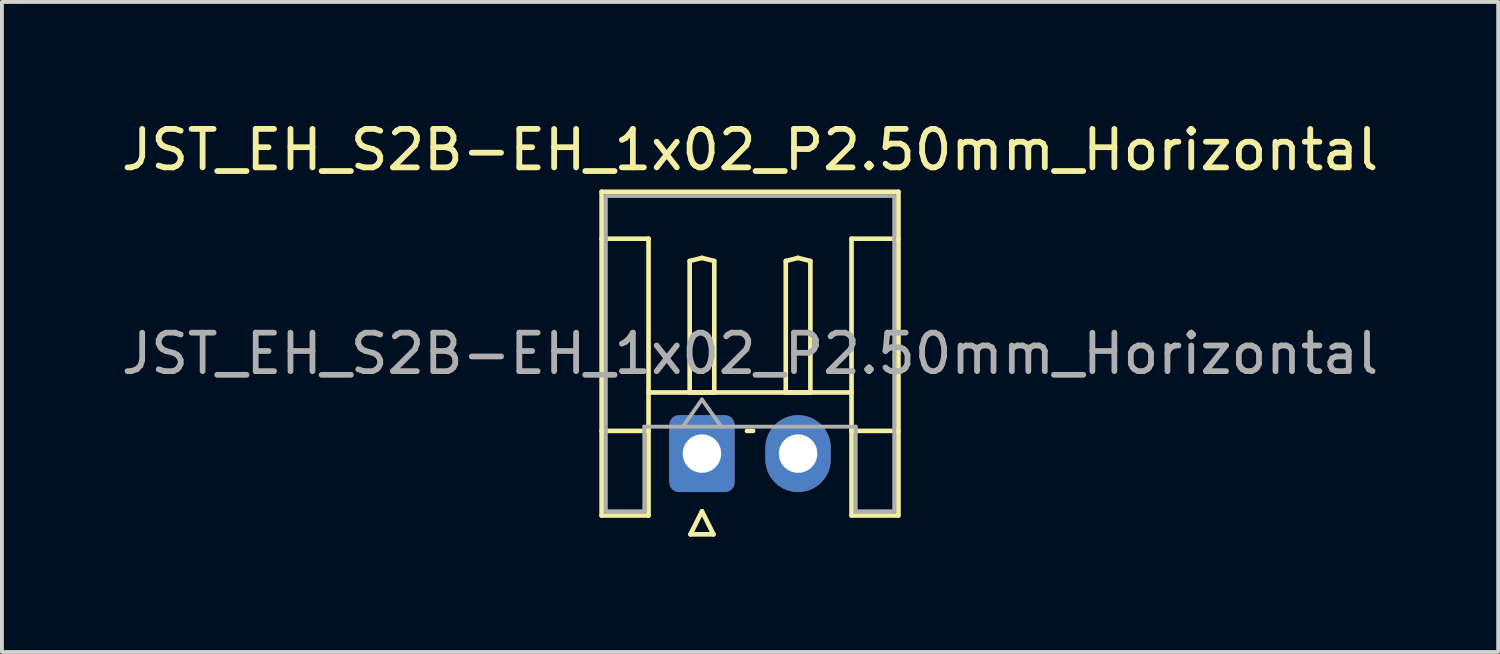
<source format=kicad_pcb>
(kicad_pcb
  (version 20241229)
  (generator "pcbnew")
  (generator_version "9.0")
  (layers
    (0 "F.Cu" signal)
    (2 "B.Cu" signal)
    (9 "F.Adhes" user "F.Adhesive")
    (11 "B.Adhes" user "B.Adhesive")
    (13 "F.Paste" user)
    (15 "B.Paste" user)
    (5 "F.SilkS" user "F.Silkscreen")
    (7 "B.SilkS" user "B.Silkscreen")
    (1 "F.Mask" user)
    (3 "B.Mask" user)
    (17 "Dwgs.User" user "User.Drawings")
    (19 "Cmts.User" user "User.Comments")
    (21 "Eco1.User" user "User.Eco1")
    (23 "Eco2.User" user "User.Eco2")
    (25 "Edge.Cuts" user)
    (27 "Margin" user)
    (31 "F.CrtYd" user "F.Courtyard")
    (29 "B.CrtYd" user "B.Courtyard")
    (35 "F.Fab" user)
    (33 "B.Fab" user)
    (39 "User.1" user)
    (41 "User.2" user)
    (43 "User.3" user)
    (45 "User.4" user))
  (footprint "JST_EH_S2B-EH_1x02_P2.50mm_Horizontal"
    (layer "F.Cu")
    (at 15.208 8.748)
    (property "Reference" "JST_EH_S2B-EH_1x02_P2.50mm_Horizontal" (at 1.25 -7.9 0) (layer "F.SilkS") (effects (font (size 1 1) (thickness 0.15))))
    (attr through_hole)
    (fp_line (start -2.61 -6.81) (end 5.11 -6.81) (stroke (width 0.12) (type solid)) (layer "F.SilkS"))
    (fp_line (start -2.61 -5.59) (end -1.39 -5.59) (stroke (width 0.12) (type solid)) (layer "F.SilkS"))
    (fp_line (start -2.61 1.61) (end -2.61 -6.81) (stroke (width 0.12) (type solid)) (layer "F.SilkS"))
    (fp_line (start -1.39 -5.59) (end -1.39 -0.59) (stroke (width 0.12) (type solid)) (layer "F.SilkS"))
    (fp_line (start -1.39 -1.59) (end 3.89 -1.59) (stroke (width 0.12) (type solid)) (layer "F.SilkS"))
    (fp_line (start -1.39 -0.59) (end -2.61 -0.59) (stroke (width 0.12) (type solid)) (layer "F.SilkS"))
    (fp_line (start -1.39 -0.59) (end -1.39 1.61) (stroke (width 0.12) (type solid)) (layer "F.SilkS"))
    (fp_line (start -1.39 1.61) (end -2.61 1.61) (stroke (width 0.12) (type solid)) (layer "F.SilkS"))
    (fp_line (start -0.32 -5.01) (end 0 -5.09) (stroke (width 0.12) (type solid)) (layer "F.SilkS"))
    (fp_line (start -0.32 -1.59) (end -0.32 -5.01) (stroke (width 0.12) (type solid)) (layer "F.SilkS"))
    (fp_line (start -0.3 2.1) (end 0.3 2.1) (stroke (width 0.12) (type solid)) (layer "F.SilkS"))
    (fp_line (start 0 -5.09) (end 0.32 -5.01) (stroke (width 0.12) (type solid)) (layer "F.SilkS"))
    (fp_line (start 0 -1.59) (end -0.32 -1.59) (stroke (width 0.12) (type solid)) (layer "F.SilkS"))
    (fp_line (start 0 1.5) (end -0.3 2.1) (stroke (width 0.12) (type solid)) (layer "F.SilkS"))
    (fp_line (start 0.3 2.1) (end 0 1.5) (stroke (width 0.12) (type solid)) (layer "F.SilkS"))
    (fp_line (start 0.32 -5.01) (end 0.32 -1.59) (stroke (width 0.12) (type solid)) (layer "F.SilkS"))
    (fp_line (start 0.32 -1.59) (end 0 -1.59) (stroke (width 0.12) (type solid)) (layer "F.SilkS"))
    (fp_line (start 1.17 -0.59) (end 1.33 -0.59) (stroke (width 0.12) (type solid)) (layer "F.SilkS"))
    (fp_line (start 2.18 -5.01) (end 2.5 -5.09) (stroke (width 0.12) (type solid)) (layer "F.SilkS"))
    (fp_line (start 2.18 -1.59) (end 2.18 -5.01) (stroke (width 0.12) (type solid)) (layer "F.SilkS"))
    (fp_line (start 2.5 -5.09) (end 2.82 -5.01) (stroke (width 0.12) (type solid)) (layer "F.SilkS"))
    (fp_line (start 2.5 -1.59) (end 2.18 -1.59) (stroke (width 0.12) (type solid)) (layer "F.SilkS"))
    (fp_line (start 2.82 -5.01) (end 2.82 -1.59) (stroke (width 0.12) (type solid)) (layer "F.SilkS"))
    (fp_line (start 2.82 -1.59) (end 2.5 -1.59) (stroke (width 0.12) (type solid)) (layer "F.SilkS"))
    (fp_line (start 3.89 -5.59) (end 3.89 -0.59) (stroke (width 0.12) (type solid)) (layer "F.SilkS"))
    (fp_line (start 3.89 -0.59) (end 5.11 -0.59) (stroke (width 0.12) (type solid)) (layer "F.SilkS"))
    (fp_line (start 3.89 1.61) (end 3.89 -0.59) (stroke (width 0.12) (type solid)) (layer "F.SilkS"))
    (fp_line (start 5.11 -6.81) (end 5.11 1.61) (stroke (width 0.12) (type solid)) (layer "F.SilkS"))
    (fp_line (start 5.11 -5.59) (end 3.89 -5.59) (stroke (width 0.12) (type solid)) (layer "F.SilkS"))
    (fp_line (start 5.11 1.61) (end 3.89 1.61) (stroke (width 0.12) (type solid)) (layer "F.SilkS"))
    (fp_line (start -2.5 -6.7) (end 5 -6.7) (stroke (width 0.1) (type solid)) (layer "F.Fab"))
    (fp_line (start -2.5 1.5) (end -2.5 -6.7) (stroke (width 0.1) (type solid)) (layer "F.Fab"))
    (fp_line (start -1.5 -0.7) (end -1.5 1.5) (stroke (width 0.1) (type solid)) (layer "F.Fab"))
    (fp_line (start -1.5 1.5) (end -2.5 1.5) (stroke (width 0.1) (type solid)) (layer "F.Fab"))
    (fp_line (start -0.5 -0.7) (end 0 -1.407) (stroke (width 0.1) (type solid)) (layer "F.Fab"))
    (fp_line (start 0 -1.407) (end 0.5 -0.7) (stroke (width 0.1) (type solid)) (layer "F.Fab"))
    (fp_line (start 4 -0.7) (end -1.5 -0.7) (stroke (width 0.1) (type solid)) (layer "F.Fab"))
    (fp_line (start 4 1.5) (end 4 -0.7) (stroke (width 0.1) (type solid)) (layer "F.Fab"))
    (fp_line (start 5 -6.7) (end 5 1.5) (stroke (width 0.1) (type solid)) (layer "F.Fab"))
    (fp_line (start 5 1.5) (end 4 1.5) (stroke (width 0.1) (type solid)) (layer "F.Fab"))
    (fp_text user "${REFERENCE}" (at 1.25 -2.6 0) (layer "F.Fab") (effects (font (size 1 1) (thickness 0.15))))
    (pad "1" thru_hole roundrect (at 0 0) (size 1.7 2) (drill 1) (layers "*.Cu" "*.Mask") (roundrect_rratio 0.147))
    (pad "2" thru_hole oval (at 2.5 0) (size 1.7 2) (drill 1) (layers "*.Cu" "*.Mask")))
  (gr_rect
    (start -3 -3)
    (end 35.917 13.908)
    (stroke (width 0.1) (type default))
    (fill no)
    (layer "Edge.Cuts")))
</source>
